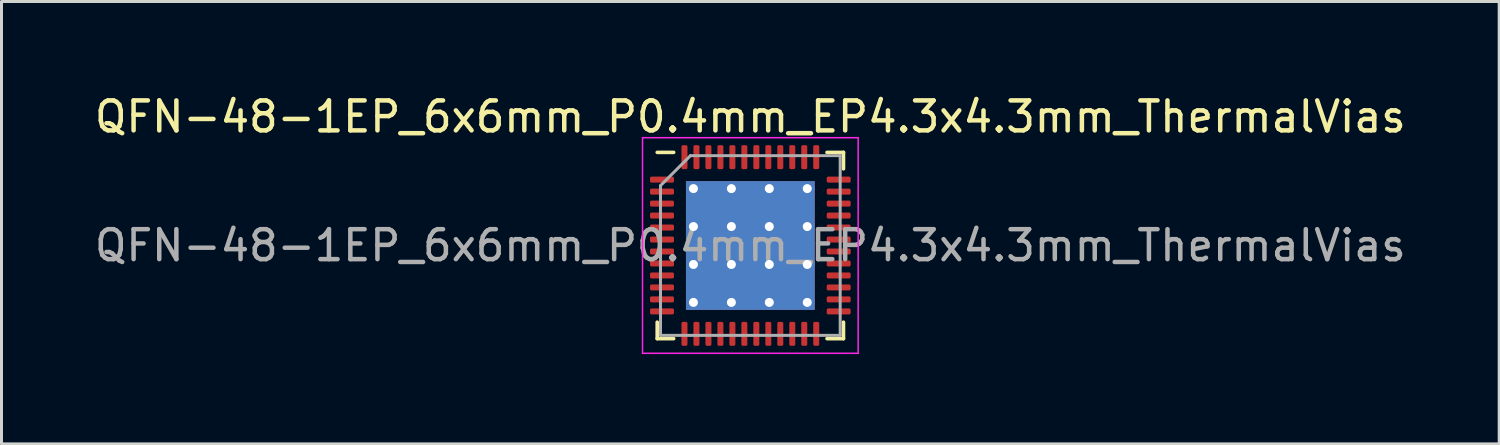
<source format=kicad_pcb>
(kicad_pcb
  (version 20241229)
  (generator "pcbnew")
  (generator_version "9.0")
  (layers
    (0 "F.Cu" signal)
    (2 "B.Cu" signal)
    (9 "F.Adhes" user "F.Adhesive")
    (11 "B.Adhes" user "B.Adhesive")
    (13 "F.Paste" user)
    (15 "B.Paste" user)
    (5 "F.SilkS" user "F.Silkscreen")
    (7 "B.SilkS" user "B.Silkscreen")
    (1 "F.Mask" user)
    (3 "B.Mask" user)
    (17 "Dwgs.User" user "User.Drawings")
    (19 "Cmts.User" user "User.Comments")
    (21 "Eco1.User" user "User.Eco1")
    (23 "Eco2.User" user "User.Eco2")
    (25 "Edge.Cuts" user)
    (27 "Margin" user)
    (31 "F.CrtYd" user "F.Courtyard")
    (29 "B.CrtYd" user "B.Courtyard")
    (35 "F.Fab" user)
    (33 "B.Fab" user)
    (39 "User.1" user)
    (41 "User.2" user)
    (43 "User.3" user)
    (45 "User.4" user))
  (footprint "QFN-48-1EP_6x6mm_P0.4mm_EP4.3x4.3mm_ThermalVias"
    (layer "F.Cu")
    (at 22.006 5.148)
    (property "Reference" "QFN-48-1EP_6x6mm_P0.4mm_EP4.3x4.3mm_ThermalVias" (at 0 -4.3 0) (layer "F.SilkS") (effects (font (size 1 1) (thickness 0.15))))
    (attr smd)
    (fp_line (start -3.11 3.11) (end -3.11 2.56) (stroke (width 0.12) (type solid)) (layer "F.SilkS"))
    (fp_line (start -2.56 -3.11) (end -3.11 -3.11) (stroke (width 0.12) (type solid)) (layer "F.SilkS"))
    (fp_line (start -2.56 3.11) (end -3.11 3.11) (stroke (width 0.12) (type solid)) (layer "F.SilkS"))
    (fp_line (start 2.56 -3.11) (end 3.11 -3.11) (stroke (width 0.12) (type solid)) (layer "F.SilkS"))
    (fp_line (start 2.56 3.11) (end 3.11 3.11) (stroke (width 0.12) (type solid)) (layer "F.SilkS"))
    (fp_line (start 3.11 -3.11) (end 3.11 -2.56) (stroke (width 0.12) (type solid)) (layer "F.SilkS"))
    (fp_line (start 3.11 3.11) (end 3.11 2.56) (stroke (width 0.12) (type solid)) (layer "F.SilkS"))
    (fp_line (start -3.6 -3.6) (end -3.6 3.6) (stroke (width 0.05) (type solid)) (layer "F.CrtYd"))
    (fp_line (start -3.6 3.6) (end 3.6 3.6) (stroke (width 0.05) (type solid)) (layer "F.CrtYd"))
    (fp_line (start 3.6 -3.6) (end -3.6 -3.6) (stroke (width 0.05) (type solid)) (layer "F.CrtYd"))
    (fp_line (start 3.6 3.6) (end 3.6 -3.6) (stroke (width 0.05) (type solid)) (layer "F.CrtYd"))
    (fp_line (start -3 -2) (end -2 -3) (stroke (width 0.1) (type solid)) (layer "F.Fab"))
    (fp_line (start -3 3) (end -3 -2) (stroke (width 0.1) (type solid)) (layer "F.Fab"))
    (fp_line (start -2 -3) (end 3 -3) (stroke (width 0.1) (type solid)) (layer "F.Fab"))
    (fp_line (start 3 -3) (end 3 3) (stroke (width 0.1) (type solid)) (layer "F.Fab"))
    (fp_line (start 3 3) (end -3 3) (stroke (width 0.1) (type solid)) (layer "F.Fab"))
    (fp_text user "${REFERENCE}" (at 0 0 0) (layer "F.Fab") (effects (font (size 1 1) (thickness 0.15))))
    (pad "" smd custom (at -1.267 -1.267) (size 1.034 1.034) (layers "F.Paste") (options (anchor circle)) (primitives (gr_poly (pts (xy 0.456 -0.356) (xy 0.456 0.356) (xy 0.356 0.456) (xy -0.356 0.456) (xy -0.456 0.356) (xy -0.456 -0.356) (xy -0.356 -0.456) (xy 0.356 -0.456)) (width 0.243) (fill yes))))
    (pad "" smd custom (at -1.267 0) (size 1.034 1.034) (layers "F.Paste") (options (anchor circle)) (primitives (gr_poly (pts (xy 0.456 -0.356) (xy 0.456 0.356) (xy 0.356 0.456) (xy -0.356 0.456) (xy -0.456 0.356) (xy -0.456 -0.356) (xy -0.356 -0.456) (xy 0.356 -0.456)) (width 0.243) (fill yes))))
    (pad "" smd custom (at -1.267 1.267) (size 1.034 1.034) (layers "F.Paste") (options (anchor circle)) (primitives (gr_poly (pts (xy 0.456 -0.356) (xy 0.456 0.356) (xy 0.356 0.456) (xy -0.356 0.456) (xy -0.456 0.356) (xy -0.456 -0.356) (xy -0.356 -0.456) (xy 0.356 -0.456)) (width 0.243) (fill yes))))
    (pad "" smd custom (at 0 -1.267) (size 1.034 1.034) (layers "F.Paste") (options (anchor circle)) (primitives (gr_poly (pts (xy 0.456 -0.356) (xy 0.456 0.356) (xy 0.356 0.456) (xy -0.356 0.456) (xy -0.456 0.356) (xy -0.456 -0.356) (xy -0.356 -0.456) (xy 0.356 -0.456)) (width 0.243) (fill yes))))
    (pad "" smd custom (at 0 0) (size 1.034 1.034) (layers "F.Paste") (options (anchor circle)) (primitives (gr_poly (pts (xy 0.456 -0.356) (xy 0.456 0.356) (xy 0.356 0.456) (xy -0.356 0.456) (xy -0.456 0.356) (xy -0.456 -0.356) (xy -0.356 -0.456) (xy 0.356 -0.456)) (width 0.243) (fill yes))))
    (pad "" smd custom (at 0 1.267) (size 1.034 1.034) (layers "F.Paste") (options (anchor circle)) (primitives (gr_poly (pts (xy 0.456 -0.356) (xy 0.456 0.356) (xy 0.356 0.456) (xy -0.356 0.456) (xy -0.456 0.356) (xy -0.456 -0.356) (xy -0.356 -0.456) (xy 0.356 -0.456)) (width 0.243) (fill yes))))
    (pad "" smd custom (at 1.267 -1.267) (size 1.034 1.034) (layers "F.Paste") (options (anchor circle)) (primitives (gr_poly (pts (xy 0.456 -0.356) (xy 0.456 0.356) (xy 0.356 0.456) (xy -0.356 0.456) (xy -0.456 0.356) (xy -0.456 -0.356) (xy -0.356 -0.456) (xy 0.356 -0.456)) (width 0.243) (fill yes))))
    (pad "" smd custom (at 1.267 0) (size 1.034 1.034) (layers "F.Paste") (options (anchor circle)) (primitives (gr_poly (pts (xy 0.456 -0.356) (xy 0.456 0.356) (xy 0.356 0.456) (xy -0.356 0.456) (xy -0.456 0.356) (xy -0.456 -0.356) (xy -0.356 -0.456) (xy 0.356 -0.456)) (width 0.243) (fill yes))))
    (pad "" smd custom (at 1.267 1.267) (size 1.034 1.034) (layers "F.Paste") (options (anchor circle)) (primitives (gr_poly (pts (xy 0.456 -0.356) (xy 0.456 0.356) (xy 0.356 0.456) (xy -0.356 0.456) (xy -0.456 0.356) (xy -0.456 -0.356) (xy -0.356 -0.456) (xy 0.356 -0.456)) (width 0.243) (fill yes))))
    (pad "1" smd roundrect (at -2.95 -2.2) (size 0.8 0.2) (layers "F.Cu" "F.Mask" "F.Paste") (roundrect_rratio 0.25))
    (pad "2" smd roundrect (at -2.95 -1.8) (size 0.8 0.2) (layers "F.Cu" "F.Mask" "F.Paste") (roundrect_rratio 0.25))
    (pad "3" smd roundrect (at -2.95 -1.4) (size 0.8 0.2) (layers "F.Cu" "F.Mask" "F.Paste") (roundrect_rratio 0.25))
    (pad "4" smd roundrect (at -2.95 -1) (size 0.8 0.2) (layers "F.Cu" "F.Mask" "F.Paste") (roundrect_rratio 0.25))
    (pad "5" smd roundrect (at -2.95 -0.6) (size 0.8 0.2) (layers "F.Cu" "F.Mask" "F.Paste") (roundrect_rratio 0.25))
    (pad "6" smd roundrect (at -2.95 -0.2) (size 0.8 0.2) (layers "F.Cu" "F.Mask" "F.Paste") (roundrect_rratio 0.25))
    (pad "7" smd roundrect (at -2.95 0.2) (size 0.8 0.2) (layers "F.Cu" "F.Mask" "F.Paste") (roundrect_rratio 0.25))
    (pad "8" smd roundrect (at -2.95 0.6) (size 0.8 0.2) (layers "F.Cu" "F.Mask" "F.Paste") (roundrect_rratio 0.25))
    (pad "9" smd roundrect (at -2.95 1) (size 0.8 0.2) (layers "F.Cu" "F.Mask" "F.Paste") (roundrect_rratio 0.25))
    (pad "10" smd roundrect (at -2.95 1.4) (size 0.8 0.2) (layers "F.Cu" "F.Mask" "F.Paste") (roundrect_rratio 0.25))
    (pad "11" smd roundrect (at -2.95 1.8) (size 0.8 0.2) (layers "F.Cu" "F.Mask" "F.Paste") (roundrect_rratio 0.25))
    (pad "12" smd roundrect (at -2.95 2.2) (size 0.8 0.2) (layers "F.Cu" "F.Mask" "F.Paste") (roundrect_rratio 0.25))
    (pad "13" smd roundrect (at -2.2 2.95) (size 0.2 0.8) (layers "F.Cu" "F.Mask" "F.Paste") (roundrect_rratio 0.25))
    (pad "14" smd roundrect (at -1.8 2.95) (size 0.2 0.8) (layers "F.Cu" "F.Mask" "F.Paste") (roundrect_rratio 0.25))
    (pad "15" smd roundrect (at -1.4 2.95) (size 0.2 0.8) (layers "F.Cu" "F.Mask" "F.Paste") (roundrect_rratio 0.25))
    (pad "16" smd roundrect (at -1 2.95) (size 0.2 0.8) (layers "F.Cu" "F.Mask" "F.Paste") (roundrect_rratio 0.25))
    (pad "17" smd roundrect (at -0.6 2.95) (size 0.2 0.8) (layers "F.Cu" "F.Mask" "F.Paste") (roundrect_rratio 0.25))
    (pad "18" smd roundrect (at -0.2 2.95) (size 0.2 0.8) (layers "F.Cu" "F.Mask" "F.Paste") (roundrect_rratio 0.25))
    (pad "19" smd roundrect (at 0.2 2.95) (size 0.2 0.8) (layers "F.Cu" "F.Mask" "F.Paste") (roundrect_rratio 0.25))
    (pad "20" smd roundrect (at 0.6 2.95) (size 0.2 0.8) (layers "F.Cu" "F.Mask" "F.Paste") (roundrect_rratio 0.25))
    (pad "21" smd roundrect (at 1 2.95) (size 0.2 0.8) (layers "F.Cu" "F.Mask" "F.Paste") (roundrect_rratio 0.25))
    (pad "22" smd roundrect (at 1.4 2.95) (size 0.2 0.8) (layers "F.Cu" "F.Mask" "F.Paste") (roundrect_rratio 0.25))
    (pad "23" smd roundrect (at 1.8 2.95) (size 0.2 0.8) (layers "F.Cu" "F.Mask" "F.Paste") (roundrect_rratio 0.25))
    (pad "24" smd roundrect (at 2.2 2.95) (size 0.2 0.8) (layers "F.Cu" "F.Mask" "F.Paste") (roundrect_rratio 0.25))
    (pad "25" smd roundrect (at 2.95 2.2) (size 0.8 0.2) (layers "F.Cu" "F.Mask" "F.Paste") (roundrect_rratio 0.25))
    (pad "26" smd roundrect (at 2.95 1.8) (size 0.8 0.2) (layers "F.Cu" "F.Mask" "F.Paste") (roundrect_rratio 0.25))
    (pad "27" smd roundrect (at 2.95 1.4) (size 0.8 0.2) (layers "F.Cu" "F.Mask" "F.Paste") (roundrect_rratio 0.25))
    (pad "28" smd roundrect (at 2.95 1) (size 0.8 0.2) (layers "F.Cu" "F.Mask" "F.Paste") (roundrect_rratio 0.25))
    (pad "29" smd roundrect (at 2.95 0.6) (size 0.8 0.2) (layers "F.Cu" "F.Mask" "F.Paste") (roundrect_rratio 0.25))
    (pad "30" smd roundrect (at 2.95 0.2) (size 0.8 0.2) (layers "F.Cu" "F.Mask" "F.Paste") (roundrect_rratio 0.25))
    (pad "31" smd roundrect (at 2.95 -0.2) (size 0.8 0.2) (layers "F.Cu" "F.Mask" "F.Paste") (roundrect_rratio 0.25))
    (pad "32" smd roundrect (at 2.95 -0.6) (size 0.8 0.2) (layers "F.Cu" "F.Mask" "F.Paste") (roundrect_rratio 0.25))
    (pad "33" smd roundrect (at 2.95 -1) (size 0.8 0.2) (layers "F.Cu" "F.Mask" "F.Paste") (roundrect_rratio 0.25))
    (pad "34" smd roundrect (at 2.95 -1.4) (size 0.8 0.2) (layers "F.Cu" "F.Mask" "F.Paste") (roundrect_rratio 0.25))
    (pad "35" smd roundrect (at 2.95 -1.8) (size 0.8 0.2) (layers "F.Cu" "F.Mask" "F.Paste") (roundrect_rratio 0.25))
    (pad "36" smd roundrect (at 2.95 -2.2) (size 0.8 0.2) (layers "F.Cu" "F.Mask" "F.Paste") (roundrect_rratio 0.25))
    (pad "37" smd roundrect (at 2.2 -2.95) (size 0.2 0.8) (layers "F.Cu" "F.Mask" "F.Paste") (roundrect_rratio 0.25))
    (pad "38" smd roundrect (at 1.8 -2.95) (size 0.2 0.8) (layers "F.Cu" "F.Mask" "F.Paste") (roundrect_rratio 0.25))
    (pad "39" smd roundrect (at 1.4 -2.95) (size 0.2 0.8) (layers "F.Cu" "F.Mask" "F.Paste") (roundrect_rratio 0.25))
    (pad "40" smd roundrect (at 1 -2.95) (size 0.2 0.8) (layers "F.Cu" "F.Mask" "F.Paste") (roundrect_rratio 0.25))
    (pad "41" smd roundrect (at 0.6 -2.95) (size 0.2 0.8) (layers "F.Cu" "F.Mask" "F.Paste") (roundrect_rratio 0.25))
    (pad "42" smd roundrect (at 0.2 -2.95) (size 0.2 0.8) (layers "F.Cu" "F.Mask" "F.Paste") (roundrect_rratio 0.25))
    (pad "43" smd roundrect (at -0.2 -2.95) (size 0.2 0.8) (layers "F.Cu" "F.Mask" "F.Paste") (roundrect_rratio 0.25))
    (pad "44" smd roundrect (at -0.6 -2.95) (size 0.2 0.8) (layers "F.Cu" "F.Mask" "F.Paste") (roundrect_rratio 0.25))
    (pad "45" smd roundrect (at -1 -2.95) (size 0.2 0.8) (layers "F.Cu" "F.Mask" "F.Paste") (roundrect_rratio 0.25))
    (pad "46" smd roundrect (at -1.4 -2.95) (size 0.2 0.8) (layers "F.Cu" "F.Mask" "F.Paste") (roundrect_rratio 0.25))
    (pad "47" smd roundrect (at -1.8 -2.95) (size 0.2 0.8) (layers "F.Cu" "F.Mask" "F.Paste") (roundrect_rratio 0.25))
    (pad "48" smd roundrect (at -2.2 -2.95) (size 0.2 0.8) (layers "F.Cu" "F.Mask" "F.Paste") (roundrect_rratio 0.25))
    (pad "49" thru_hole circle (at -1.9 -1.9) (size 0.5 0.5) (drill 0.3) (layers "*.Cu"))
    (pad "49" thru_hole circle (at -1.9 -0.633) (size 0.5 0.5) (drill 0.3) (layers "*.Cu"))
    (pad "49" thru_hole circle (at -1.9 0.633) (size 0.5 0.5) (drill 0.3) (layers "*.Cu"))
    (pad "49" thru_hole circle (at -1.9 1.9) (size 0.5 0.5) (drill 0.3) (layers "*.Cu"))
    (pad "49" thru_hole circle (at -0.633 -1.9) (size 0.5 0.5) (drill 0.3) (layers "*.Cu"))
    (pad "49" thru_hole circle (at -0.633 -0.633) (size 0.5 0.5) (drill 0.3) (layers "*.Cu"))
    (pad "49" thru_hole circle (at -0.633 0.633) (size 0.5 0.5) (drill 0.3) (layers "*.Cu"))
    (pad "49" thru_hole circle (at -0.633 1.9) (size 0.5 0.5) (drill 0.3) (layers "*.Cu"))
    (pad "49" smd rect (at 0 0) (size 4.3 4.3) (layers "F.Cu" "F.Mask"))
    (pad "49" smd rect (at 0 0) (size 4.3 4.3) (layers "B.Cu"))
    (pad "49" thru_hole circle (at 0.633 -1.9) (size 0.5 0.5) (drill 0.3) (layers "*.Cu"))
    (pad "49" thru_hole circle (at 0.633 -0.633) (size 0.5 0.5) (drill 0.3) (layers "*.Cu"))
    (pad "49" thru_hole circle (at 0.633 0.633) (size 0.5 0.5) (drill 0.3) (layers "*.Cu"))
    (pad "49" thru_hole circle (at 0.633 1.9) (size 0.5 0.5) (drill 0.3) (layers "*.Cu"))
    (pad "49" thru_hole circle (at 1.9 -1.9) (size 0.5 0.5) (drill 0.3) (layers "*.Cu"))
    (pad "49" thru_hole circle (at 1.9 -0.633) (size 0.5 0.5) (drill 0.3) (layers "*.Cu"))
    (pad "49" thru_hole circle (at 1.9 0.633) (size 0.5 0.5) (drill 0.3) (layers "*.Cu"))
    (pad "49" thru_hole circle (at 1.9 1.9) (size 0.5 0.5) (drill 0.3) (layers "*.Cu")))
  (gr_rect
    (start -3 -3)
    (end 47.012 11.773)
    (stroke (width 0.1) (type default))
    (fill no)
    (layer "Edge.Cuts")))
</source>
